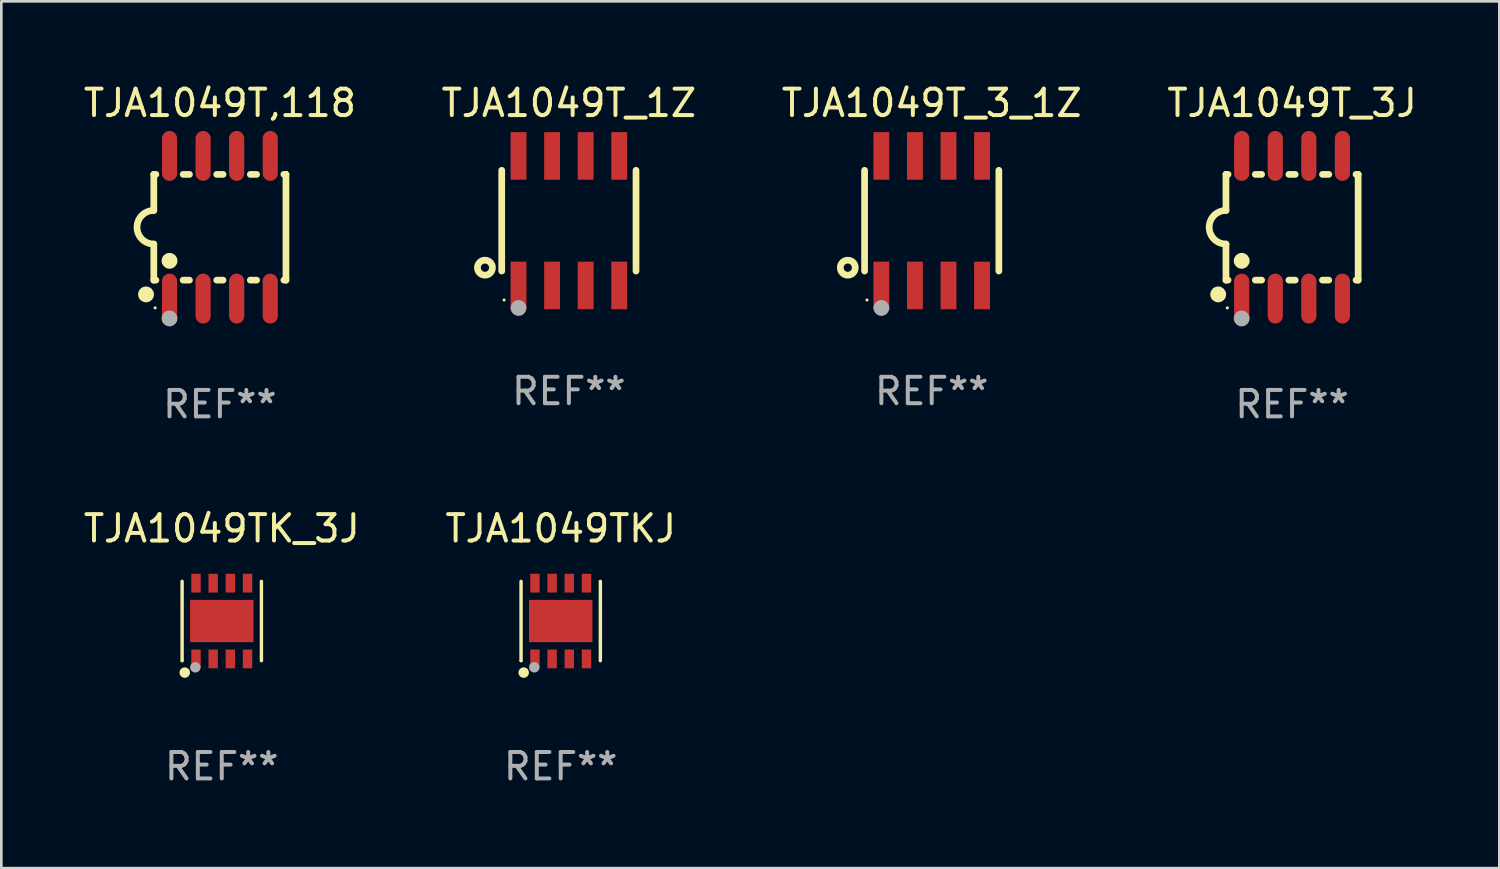
<source format=kicad_pcb>
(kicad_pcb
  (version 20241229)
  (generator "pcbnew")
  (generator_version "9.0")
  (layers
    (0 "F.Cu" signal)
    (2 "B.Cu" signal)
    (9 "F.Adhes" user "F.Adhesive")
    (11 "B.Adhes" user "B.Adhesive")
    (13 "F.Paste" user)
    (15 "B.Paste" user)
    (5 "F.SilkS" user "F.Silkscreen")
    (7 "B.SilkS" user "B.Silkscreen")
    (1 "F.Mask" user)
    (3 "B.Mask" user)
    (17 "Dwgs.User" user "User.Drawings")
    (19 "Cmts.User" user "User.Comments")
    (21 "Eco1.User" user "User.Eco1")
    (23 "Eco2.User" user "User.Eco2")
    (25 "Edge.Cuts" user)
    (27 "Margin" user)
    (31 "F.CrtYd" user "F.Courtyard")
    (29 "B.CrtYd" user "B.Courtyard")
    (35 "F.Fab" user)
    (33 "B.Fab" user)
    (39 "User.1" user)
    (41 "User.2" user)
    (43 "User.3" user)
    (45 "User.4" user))
  (footprint "TJA1049T_3J"
    (layer "F.Cu")
    (at 45.827 5.547)
    (property "Reference" "TJA1049T_3J" (at 0 -4.699 0) (layer "F.SilkS") (effects (font (size 1 1) (thickness 0.15))))
    (attr through_hole)
    (fp_line (start -2.5 -2) (end -2.5 -0.635) (stroke (width 0.254) (type solid)) (layer "F.SilkS"))
    (fp_line (start -2.5 -2) (end -2.421 -2) (stroke (width 0.254) (type solid)) (layer "F.SilkS"))
    (fp_line (start -2.5 2) (end -2.5 0.635) (stroke (width 0.254) (type solid)) (layer "F.SilkS"))
    (fp_line (start -2.5 2) (end -2.421 2) (stroke (width 0.254) (type solid)) (layer "F.SilkS"))
    (fp_line (start -1.389 -2) (end -1.151 -2) (stroke (width 0.254) (type solid)) (layer "F.SilkS"))
    (fp_line (start -1.389 2) (end -1.151 2) (stroke (width 0.254) (type solid)) (layer "F.SilkS"))
    (fp_line (start -0.119 -2) (end 0.119 -2) (stroke (width 0.254) (type solid)) (layer "F.SilkS"))
    (fp_line (start -0.119 2) (end 0.119 2) (stroke (width 0.254) (type solid)) (layer "F.SilkS"))
    (fp_line (start 1.151 -2) (end 1.389 -2) (stroke (width 0.254) (type solid)) (layer "F.SilkS"))
    (fp_line (start 1.151 2) (end 1.389 2) (stroke (width 0.254) (type solid)) (layer "F.SilkS"))
    (fp_line (start 2.421 -2) (end 2.5 -2) (stroke (width 0.254) (type solid)) (layer "F.SilkS"))
    (fp_line (start 2.421 2) (end 2.5 2) (stroke (width 0.254) (type solid)) (layer "F.SilkS"))
    (fp_line (start 2.5 -2) (end 2.5 2) (stroke (width 0.254) (type solid)) (layer "F.SilkS"))
    (fp_arc (start -2.5 0.635001) (mid -3.134366 -0.000318) (end -2.499365 -0.635001) (stroke (width 0.254001) (type solid)) (layer "F.SilkS"))
    (fp_circle (center -2.794 2.54) (end -2.644 2.54) (stroke (width 0.3) (type solid)) (fill no) (layer "F.SilkS"))
    (fp_circle (center -2.45 3.05) (end -2.42 3.05) (stroke (width 0.06) (type solid)) (fill no) (layer "F.SilkS"))
    (fp_circle (center -1.905 1.27) (end -1.755 1.27) (stroke (width 0.3) (type solid)) (fill no) (layer "F.SilkS"))
    (fp_circle (center -1.905 3.45) (end -1.755 3.45) (stroke (width 0.3) (type solid)) (fill no) (layer "F.Fab"))
    (fp_text user "REF**" (at 0 6.699 0) (layer "F.Fab") (effects (font (size 1 1) (thickness 0.15))))
    (pad "1" smd oval (at -1.905 2.699) (size 0.574 1.888) (layers "F.Cu" "F.Mask" "F.Paste"))
    (pad "2" smd oval (at -0.635 2.699) (size 0.574 1.888) (layers "F.Cu" "F.Mask" "F.Paste"))
    (pad "3" smd oval (at 0.635 2.699) (size 0.574 1.888) (layers "F.Cu" "F.Mask" "F.Paste"))
    (pad "4" smd oval (at 1.905 2.699) (size 0.574 1.888) (layers "F.Cu" "F.Mask" "F.Paste"))
    (pad "5" smd oval (at 1.905 -2.699) (size 0.574 1.888) (layers "F.Cu" "F.Mask" "F.Paste"))
    (pad "6" smd oval (at 0.635 -2.699) (size 0.574 1.888) (layers "F.Cu" "F.Mask" "F.Paste"))
    (pad "7" smd oval (at -0.635 -2.699) (size 0.574 1.888) (layers "F.Cu" "F.Mask" "F.Paste"))
    (pad "8" smd oval (at -1.905 -2.699) (size 0.574 1.888) (layers "F.Cu" "F.Mask" "F.Paste")))
  (footprint "TJA1049T,118"
    (layer "F.Cu")
    (at 5.268 5.547)
    (property "Reference" "TJA1049T,118" (at 0 -4.699 0) (layer "F.SilkS") (effects (font (size 1 1) (thickness 0.15))))
    (attr through_hole)
    (fp_line (start -2.5 -2) (end -2.5 -0.635) (stroke (width 0.254) (type solid)) (layer "F.SilkS"))
    (fp_line (start -2.5 -2) (end -2.421 -2) (stroke (width 0.254) (type solid)) (layer "F.SilkS"))
    (fp_line (start -2.5 2) (end -2.5 0.635) (stroke (width 0.254) (type solid)) (layer "F.SilkS"))
    (fp_line (start -2.5 2) (end -2.421 2) (stroke (width 0.254) (type solid)) (layer "F.SilkS"))
    (fp_line (start -1.389 -2) (end -1.151 -2) (stroke (width 0.254) (type solid)) (layer "F.SilkS"))
    (fp_line (start -1.389 2) (end -1.151 2) (stroke (width 0.254) (type solid)) (layer "F.SilkS"))
    (fp_line (start -0.119 -2) (end 0.119 -2) (stroke (width 0.254) (type solid)) (layer "F.SilkS"))
    (fp_line (start -0.119 2) (end 0.119 2) (stroke (width 0.254) (type solid)) (layer "F.SilkS"))
    (fp_line (start 1.151 -2) (end 1.389 -2) (stroke (width 0.254) (type solid)) (layer "F.SilkS"))
    (fp_line (start 1.151 2) (end 1.389 2) (stroke (width 0.254) (type solid)) (layer "F.SilkS"))
    (fp_line (start 2.421 -2) (end 2.5 -2) (stroke (width 0.254) (type solid)) (layer "F.SilkS"))
    (fp_line (start 2.421 2) (end 2.5 2) (stroke (width 0.254) (type solid)) (layer "F.SilkS"))
    (fp_line (start 2.5 -2) (end 2.5 2) (stroke (width 0.254) (type solid)) (layer "F.SilkS"))
    (fp_arc (start -2.5 0.635001) (mid -3.134366 -0.000318) (end -2.499365 -0.635001) (stroke (width 0.254001) (type solid)) (layer "F.SilkS"))
    (fp_circle (center -2.794 2.54) (end -2.644 2.54) (stroke (width 0.3) (type solid)) (fill no) (layer "F.SilkS"))
    (fp_circle (center -2.45 3.05) (end -2.42 3.05) (stroke (width 0.06) (type solid)) (fill no) (layer "F.SilkS"))
    (fp_circle (center -1.905 1.27) (end -1.755 1.27) (stroke (width 0.3) (type solid)) (fill no) (layer "F.SilkS"))
    (fp_circle (center -1.905 3.45) (end -1.755 3.45) (stroke (width 0.3) (type solid)) (fill no) (layer "F.Fab"))
    (fp_text user "REF**" (at 0 6.699 0) (layer "F.Fab") (effects (font (size 1 1) (thickness 0.15))))
    (pad "1" smd oval (at -1.905 2.699) (size 0.574 1.888) (layers "F.Cu" "F.Mask" "F.Paste"))
    (pad "2" smd oval (at -0.635 2.699) (size 0.574 1.888) (layers "F.Cu" "F.Mask" "F.Paste"))
    (pad "3" smd oval (at 0.635 2.699) (size 0.574 1.888) (layers "F.Cu" "F.Mask" "F.Paste"))
    (pad "4" smd oval (at 1.905 2.699) (size 0.574 1.888) (layers "F.Cu" "F.Mask" "F.Paste"))
    (pad "5" smd oval (at 1.905 -2.699) (size 0.574 1.888) (layers "F.Cu" "F.Mask" "F.Paste"))
    (pad "6" smd oval (at 0.635 -2.699) (size 0.574 1.888) (layers "F.Cu" "F.Mask" "F.Paste"))
    (pad "7" smd oval (at -0.635 -2.699) (size 0.574 1.888) (layers "F.Cu" "F.Mask" "F.Paste"))
    (pad "8" smd oval (at -1.905 -2.699) (size 0.574 1.888) (layers "F.Cu" "F.Mask" "F.Paste")))
  (footprint "TJA1049T_3_1Z"
    (layer "F.Cu")
    (at 32.196 5.298)
    (property "Reference" "TJA1049T_3_1Z" (at 0 -4.45 0) (layer "F.SilkS") (effects (font (size 1 1) (thickness 0.15))))
    (attr through_hole)
    (fp_line (start -2.54 -1.905) (end -2.54 1.905) (stroke (width 0.254) (type solid)) (layer "F.SilkS"))
    (fp_line (start 2.54 -1.905) (end 2.54 1.905) (stroke (width 0.254) (type solid)) (layer "F.SilkS"))
    (fp_circle (center -3.175 1.778) (end -2.891 1.778) (stroke (width 0.254) (type solid)) (fill no) (layer "F.SilkS"))
    (fp_circle (center -2.45 3) (end -2.42 3) (stroke (width 0.06) (type solid)) (fill no) (layer "F.SilkS"))
    (fp_circle (center -1.905 3.302) (end -1.755 3.302) (stroke (width 0.3) (type solid)) (fill no) (layer "F.Fab"))
    (fp_text user "REF**" (at 0 6.45 0) (layer "F.Fab") (effects (font (size 1 1) (thickness 0.15))))
    (pad "1" smd rect (at -1.905 2.45) (size 0.6 1.8) (layers "F.Cu" "F.Mask" "F.Paste"))
    (pad "2" smd rect (at -0.635 2.45) (size 0.6 1.8) (layers "F.Cu" "F.Mask" "F.Paste"))
    (pad "3" smd rect (at 0.635 2.45) (size 0.6 1.8) (layers "F.Cu" "F.Mask" "F.Paste"))
    (pad "4" smd rect (at 1.905 2.45) (size 0.6 1.8) (layers "F.Cu" "F.Mask" "F.Paste"))
    (pad "5" smd rect (at 1.905 -2.45 180) (size 0.6 1.8) (layers "F.Cu" "F.Mask" "F.Paste"))
    (pad "6" smd rect (at 0.635 -2.45 180) (size 0.6 1.8) (layers "F.Cu" "F.Mask" "F.Paste"))
    (pad "7" smd rect (at -0.635 -2.45 180) (size 0.6 1.8) (layers "F.Cu" "F.Mask" "F.Paste"))
    (pad "8" smd rect (at -1.905 -2.45 180) (size 0.6 1.8) (layers "F.Cu" "F.Mask" "F.Paste")))
  (footprint "TJA1049TKJ"
    (layer "F.Cu")
    (at 18.161 20.443)
    (property "Reference" "TJA1049TKJ" (at 0 -3.5 0) (layer "F.SilkS") (effects (font (size 1 1) (thickness 0.15))))
    (attr through_hole)
    (fp_line (start -1.5 1.5) (end -1.5 -1.5) (stroke (width 0.129) (type solid)) (layer "F.SilkS"))
    (fp_line (start 1.5 -1.5) (end 1.5 1.5) (stroke (width 0.129) (type solid)) (layer "F.SilkS"))
    (fp_circle (center -1.5 1.5) (end -1.47 1.5) (stroke (width 0.06) (type solid)) (fill no) (layer "F.SilkS"))
    (fp_circle (center -1.4 1.95) (end -1.3 1.95) (stroke (width 0.2) (type solid)) (fill no) (layer "F.SilkS"))
    (fp_circle (center -1 1.75) (end -0.9 1.75) (stroke (width 0.2) (type solid)) (fill no) (layer "F.Fab"))
    (fp_text user "REF**" (at 0 5.5 0) (layer "F.Fab") (effects (font (size 1 1) (thickness 0.15))))
    (pad "1" smd rect (at -0.975 1.433) (size 0.356 0.711) (layers "F.Cu" "F.Mask" "F.Paste"))
    (pad "2" smd rect (at -0.325 1.433) (size 0.356 0.711) (layers "F.Cu" "F.Mask" "F.Paste"))
    (pad "3" smd rect (at 0.325 1.433) (size 0.356 0.711) (layers "F.Cu" "F.Mask" "F.Paste"))
    (pad "4" smd rect (at 0.975 1.433) (size 0.356 0.711) (layers "F.Cu" "F.Mask" "F.Paste"))
    (pad "5" smd rect (at 0.975 -1.433) (size 0.356 0.711) (layers "F.Cu" "F.Mask" "F.Paste"))
    (pad "6" smd rect (at 0.325 -1.433) (size 0.356 0.711) (layers "F.Cu" "F.Mask" "F.Paste"))
    (pad "7" smd rect (at -0.325 -1.433) (size 0.356 0.711) (layers "F.Cu" "F.Mask" "F.Paste"))
    (pad "8" smd rect (at -0.975 -1.433) (size 0.356 0.711) (layers "F.Cu" "F.Mask" "F.Paste"))
    (pad "9" smd rect (at 0 0) (size 2.4 1.6) (layers "F.Cu" "F.Mask" "F.Paste")))
  (footprint "TJA1049T_1Z"
    (layer "F.Cu")
    (at 18.47 5.298)
    (property "Reference" "TJA1049T_1Z" (at 0 -4.45 0) (layer "F.SilkS") (effects (font (size 1 1) (thickness 0.15))))
    (attr through_hole)
    (fp_line (start -2.54 -1.905) (end -2.54 1.905) (stroke (width 0.254) (type solid)) (layer "F.SilkS"))
    (fp_line (start 2.54 -1.905) (end 2.54 1.905) (stroke (width 0.254) (type solid)) (layer "F.SilkS"))
    (fp_circle (center -3.175 1.778) (end -2.891 1.778) (stroke (width 0.254) (type solid)) (fill no) (layer "F.SilkS"))
    (fp_circle (center -2.45 3) (end -2.42 3) (stroke (width 0.06) (type solid)) (fill no) (layer "F.SilkS"))
    (fp_circle (center -1.905 3.302) (end -1.755 3.302) (stroke (width 0.3) (type solid)) (fill no) (layer "F.Fab"))
    (fp_text user "REF**" (at 0 6.45 0) (layer "F.Fab") (effects (font (size 1 1) (thickness 0.15))))
    (pad "1" smd rect (at -1.905 2.45) (size 0.6 1.8) (layers "F.Cu" "F.Mask" "F.Paste"))
    (pad "2" smd rect (at -0.635 2.45) (size 0.6 1.8) (layers "F.Cu" "F.Mask" "F.Paste"))
    (pad "3" smd rect (at 0.635 2.45) (size 0.6 1.8) (layers "F.Cu" "F.Mask" "F.Paste"))
    (pad "4" smd rect (at 1.905 2.45) (size 0.6 1.8) (layers "F.Cu" "F.Mask" "F.Paste"))
    (pad "5" smd rect (at 1.905 -2.45 180) (size 0.6 1.8) (layers "F.Cu" "F.Mask" "F.Paste"))
    (pad "6" smd rect (at 0.635 -2.45 180) (size 0.6 1.8) (layers "F.Cu" "F.Mask" "F.Paste"))
    (pad "7" smd rect (at -0.635 -2.45 180) (size 0.6 1.8) (layers "F.Cu" "F.Mask" "F.Paste"))
    (pad "8" smd rect (at -1.905 -2.45 180) (size 0.6 1.8) (layers "F.Cu" "F.Mask" "F.Paste")))
  (footprint "TJA1049TK_3J"
    (layer "F.Cu")
    (at 5.339 20.443)
    (property "Reference" "TJA1049TK_3J" (at 0 -3.5 0) (layer "F.SilkS") (effects (font (size 1 1) (thickness 0.15))))
    (attr through_hole)
    (fp_line (start -1.5 1.5) (end -1.5 -1.5) (stroke (width 0.129) (type solid)) (layer "F.SilkS"))
    (fp_line (start 1.5 -1.5) (end 1.5 1.5) (stroke (width 0.129) (type solid)) (layer "F.SilkS"))
    (fp_circle (center -1.5 1.5) (end -1.47 1.5) (stroke (width 0.06) (type solid)) (fill no) (layer "F.SilkS"))
    (fp_circle (center -1.4 1.95) (end -1.3 1.95) (stroke (width 0.2) (type solid)) (fill no) (layer "F.SilkS"))
    (fp_circle (center -1 1.75) (end -0.9 1.75) (stroke (width 0.2) (type solid)) (fill no) (layer "F.Fab"))
    (fp_text user "REF**" (at 0 5.5 0) (layer "F.Fab") (effects (font (size 1 1) (thickness 0.15))))
    (pad "1" smd rect (at -0.975 1.433) (size 0.356 0.711) (layers "F.Cu" "F.Mask" "F.Paste"))
    (pad "2" smd rect (at -0.325 1.433) (size 0.356 0.711) (layers "F.Cu" "F.Mask" "F.Paste"))
    (pad "3" smd rect (at 0.325 1.433) (size 0.356 0.711) (layers "F.Cu" "F.Mask" "F.Paste"))
    (pad "4" smd rect (at 0.975 1.433) (size 0.356 0.711) (layers "F.Cu" "F.Mask" "F.Paste"))
    (pad "5" smd rect (at 0.975 -1.433) (size 0.356 0.711) (layers "F.Cu" "F.Mask" "F.Paste"))
    (pad "6" smd rect (at 0.325 -1.433) (size 0.356 0.711) (layers "F.Cu" "F.Mask" "F.Paste"))
    (pad "7" smd rect (at -0.325 -1.433) (size 0.356 0.711) (layers "F.Cu" "F.Mask" "F.Paste"))
    (pad "8" smd rect (at -0.975 -1.433) (size 0.356 0.711) (layers "F.Cu" "F.Mask" "F.Paste"))
    (pad "9" smd rect (at 0 0) (size 2.4 1.6) (layers "F.Cu" "F.Mask" "F.Paste")))
  (gr_rect
    (start -3 -3)
    (end 53.667 29.791)
    (stroke (width 0.1) (type default))
    (fill no)
    (layer "Edge.Cuts")))
</source>
